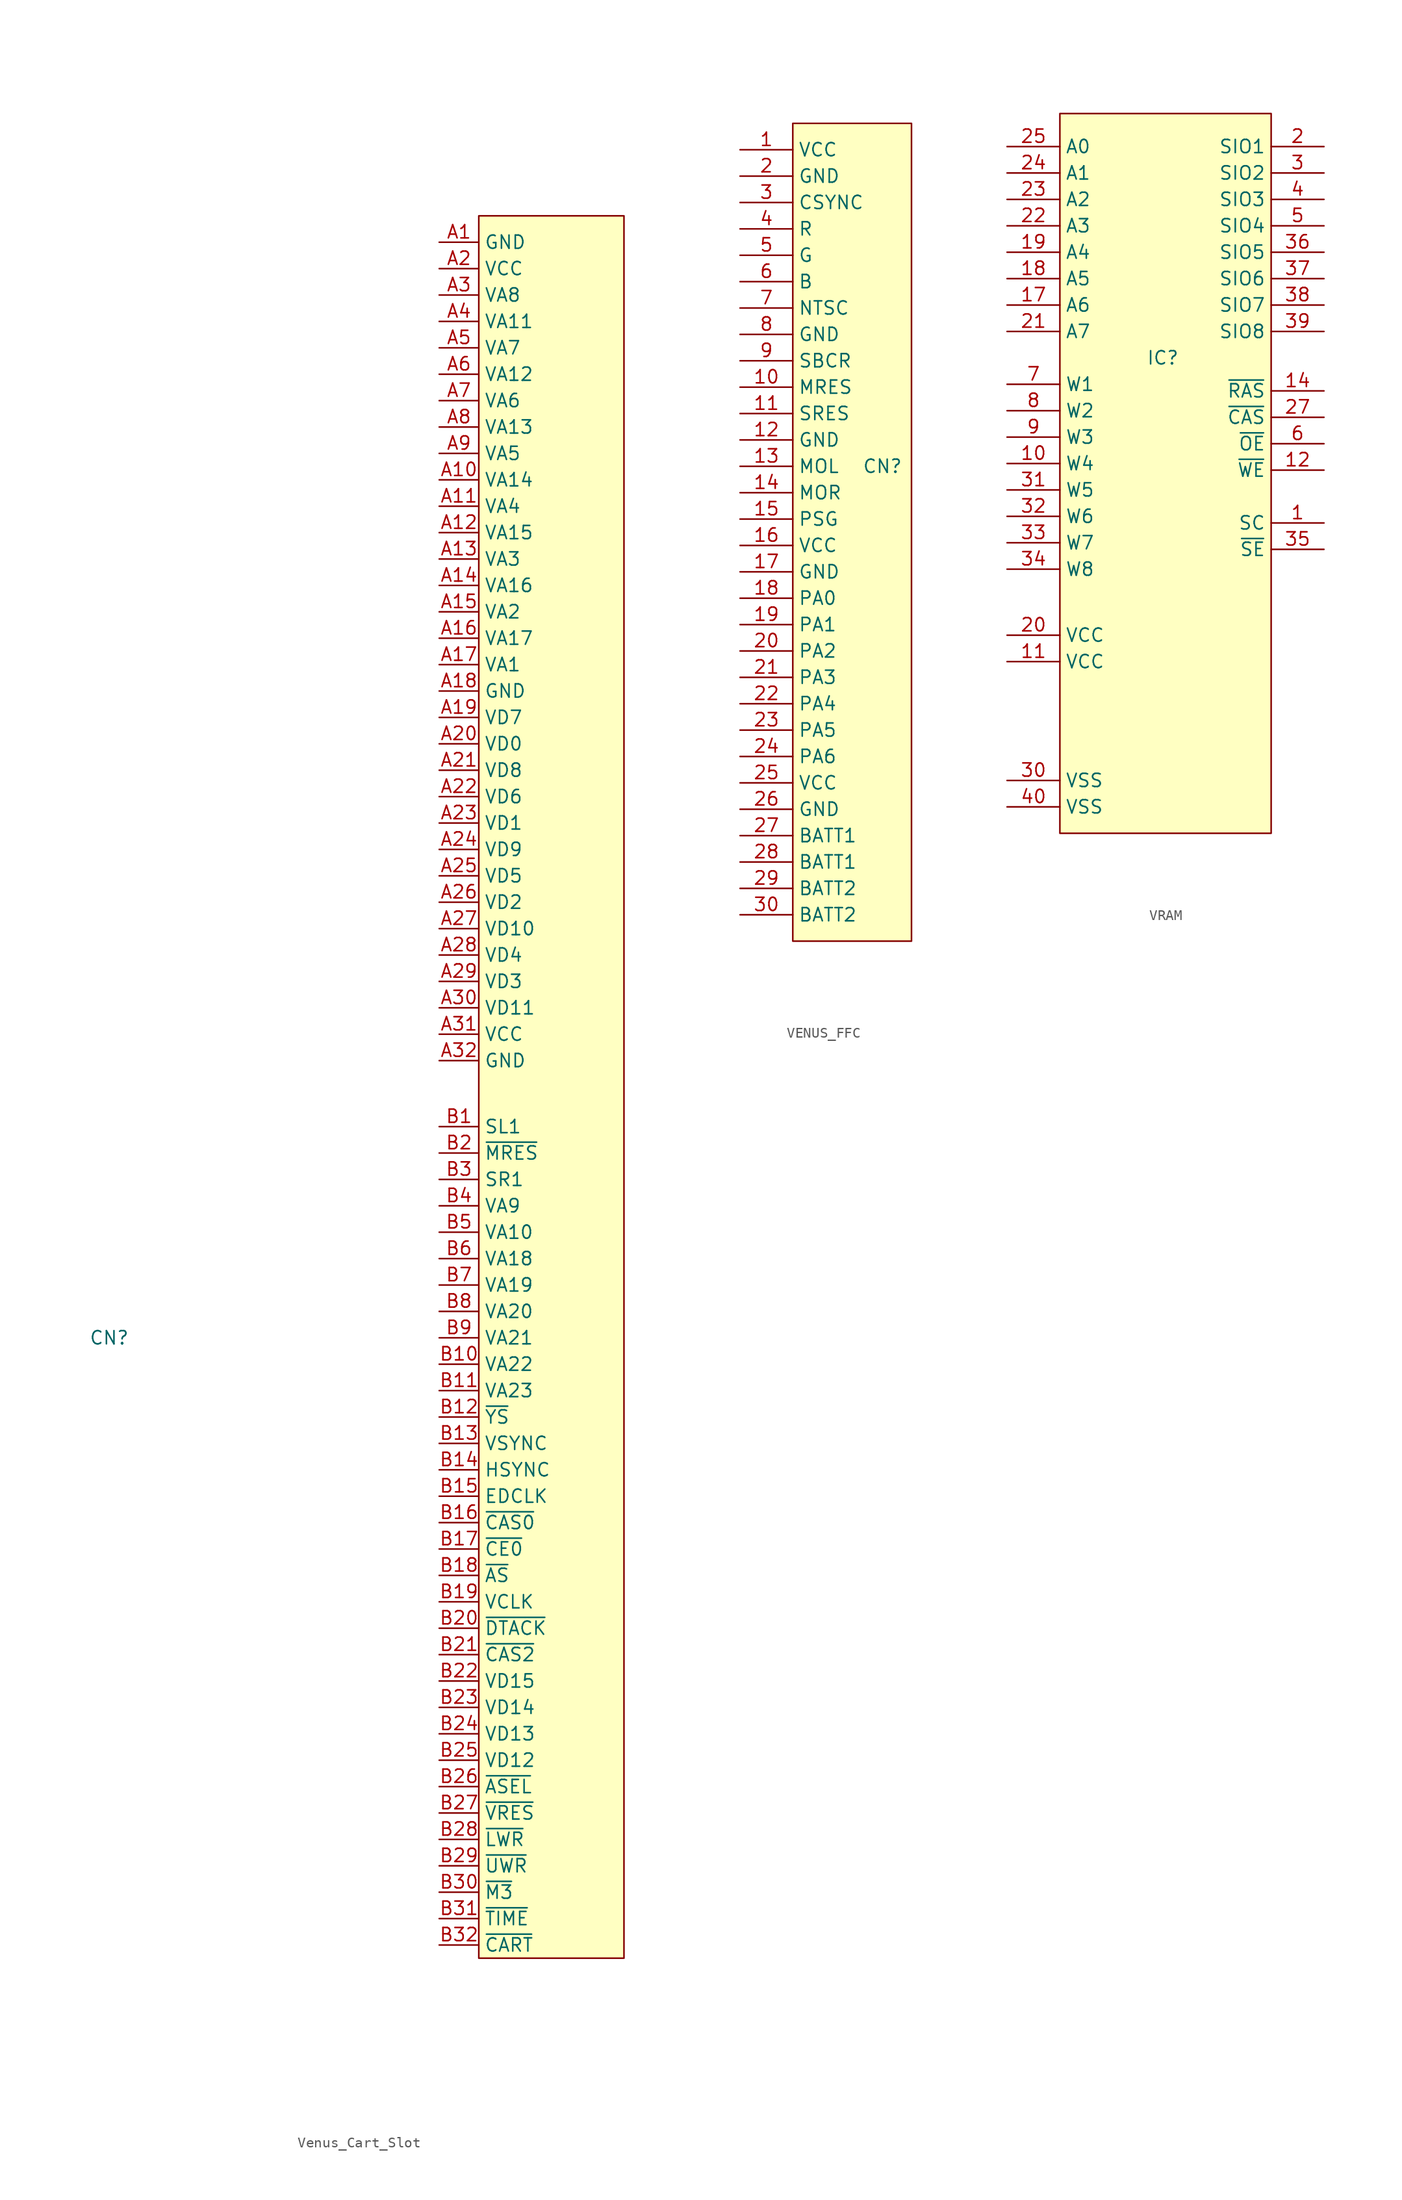
<source format=kicad_sym>
(kicad_symbol_lib
  (version 20241209)
  (generator "kicad_symbol_editor")
  (generator_version "9.0")
  (symbol "Venus_Cart_Slot"
    (property "Reference" "CN"
      (at 0 0 0)
      (effects (font (size 1.27 1.27))))
    (property "Value" ""
      (at 0 0 0)
      (effects (font (size 1.27 1.27))))
    (symbol "Venus_Cart_Slot_1_1"
      (rectangle (start 35.56 107.95) (end 49.53 -59.69) (stroke (width 0) (type solid)) (fill (type background)))
      (pin input line (at 31.75 105.41 0) (length 3.81) (name "GND" (effects (font (size 1.27 1.27)))) (number "A1" (effects (font (size 1.27 1.27)))))
      (pin input line (at 31.75 102.87 0) (length 3.81) (name "VCC" (effects (font (size 1.27 1.27)))) (number "A2" (effects (font (size 1.27 1.27)))))
      (pin input line (at 31.75 100.33 0) (length 3.81) (name "VA8" (effects (font (size 1.27 1.27)))) (number "A3" (effects (font (size 1.27 1.27)))))
      (pin input line (at 31.75 97.79 0) (length 3.81) (name "VA11" (effects (font (size 1.27 1.27)))) (number "A4" (effects (font (size 1.27 1.27)))))
      (pin input line (at 31.75 95.25 0) (length 3.81) (name "VA7" (effects (font (size 1.27 1.27)))) (number "A5" (effects (font (size 1.27 1.27)))))
      (pin input line (at 31.75 92.71 0) (length 3.81) (name "VA12" (effects (font (size 1.27 1.27)))) (number "A6" (effects (font (size 1.27 1.27)))))
      (pin input line (at 31.75 90.17 0) (length 3.81) (name "VA6" (effects (font (size 1.27 1.27)))) (number "A7" (effects (font (size 1.27 1.27)))))
      (pin input line (at 31.75 87.63 0) (length 3.81) (name "VA13" (effects (font (size 1.27 1.27)))) (number "A8" (effects (font (size 1.27 1.27)))))
      (pin input line (at 31.75 85.09 0) (length 3.81) (name "VA5" (effects (font (size 1.27 1.27)))) (number "A9" (effects (font (size 1.27 1.27)))))
      (pin input line (at 31.75 82.55 0) (length 3.81) (name "VA14" (effects (font (size 1.27 1.27)))) (number "A10" (effects (font (size 1.27 1.27)))))
      (pin input line (at 31.75 80.01 0) (length 3.81) (name "VA4" (effects (font (size 1.27 1.27)))) (number "A11" (effects (font (size 1.27 1.27)))))
      (pin input line (at 31.75 77.47 0) (length 3.81) (name "VA15" (effects (font (size 1.27 1.27)))) (number "A12" (effects (font (size 1.27 1.27)))))
      (pin input line (at 31.75 74.93 0) (length 3.81) (name "VA3" (effects (font (size 1.27 1.27)))) (number "A13" (effects (font (size 1.27 1.27)))))
      (pin input line (at 31.75 72.39 0) (length 3.81) (name "VA16" (effects (font (size 1.27 1.27)))) (number "A14" (effects (font (size 1.27 1.27)))))
      (pin input line (at 31.75 69.85 0) (length 3.81) (name "VA2" (effects (font (size 1.27 1.27)))) (number "A15" (effects (font (size 1.27 1.27)))))
      (pin input line (at 31.75 67.31 0) (length 3.81) (name "VA17" (effects (font (size 1.27 1.27)))) (number "A16" (effects (font (size 1.27 1.27)))))
      (pin input line (at 31.75 64.77 0) (length 3.81) (name "VA1" (effects (font (size 1.27 1.27)))) (number "A17" (effects (font (size 1.27 1.27)))))
      (pin input line (at 31.75 62.23 0) (length 3.81) (name "GND" (effects (font (size 1.27 1.27)))) (number "A18" (effects (font (size 1.27 1.27)))))
      (pin input line (at 31.75 59.69 0) (length 3.81) (name "VD7" (effects (font (size 1.27 1.27)))) (number "A19" (effects (font (size 1.27 1.27)))))
      (pin input line (at 31.75 57.15 0) (length 3.81) (name "VD0" (effects (font (size 1.27 1.27)))) (number "A20" (effects (font (size 1.27 1.27)))))
      (pin input line (at 31.75 54.61 0) (length 3.81) (name "VD8" (effects (font (size 1.27 1.27)))) (number "A21" (effects (font (size 1.27 1.27)))))
      (pin input line (at 31.75 52.07 0) (length 3.81) (name "VD6" (effects (font (size 1.27 1.27)))) (number "A22" (effects (font (size 1.27 1.27)))))
      (pin input line (at 31.75 49.53 0) (length 3.81) (name "VD1" (effects (font (size 1.27 1.27)))) (number "A23" (effects (font (size 1.27 1.27)))))
      (pin input line (at 31.75 46.99 0) (length 3.81) (name "VD9" (effects (font (size 1.27 1.27)))) (number "A24" (effects (font (size 1.27 1.27)))))
      (pin input line (at 31.75 44.45 0) (length 3.81) (name "VD5" (effects (font (size 1.27 1.27)))) (number "A25" (effects (font (size 1.27 1.27)))))
      (pin input line (at 31.75 41.91 0) (length 3.81) (name "VD2" (effects (font (size 1.27 1.27)))) (number "A26" (effects (font (size 1.27 1.27)))))
      (pin input line (at 31.75 39.37 0) (length 3.81) (name "VD10" (effects (font (size 1.27 1.27)))) (number "A27" (effects (font (size 1.27 1.27)))))
      (pin input line (at 31.75 36.83 0) (length 3.81) (name "VD4" (effects (font (size 1.27 1.27)))) (number "A28" (effects (font (size 1.27 1.27)))))
      (pin input line (at 31.75 34.29 0) (length 3.81) (name "VD3" (effects (font (size 1.27 1.27)))) (number "A29" (effects (font (size 1.27 1.27)))))
      (pin input line (at 31.75 31.75 0) (length 3.81) (name "VD11" (effects (font (size 1.27 1.27)))) (number "A30" (effects (font (size 1.27 1.27)))))
      (pin input line (at 31.75 29.21 0) (length 3.81) (name "VCC" (effects (font (size 1.27 1.27)))) (number "A31" (effects (font (size 1.27 1.27)))))
      (pin input line (at 31.75 26.67 0) (length 3.81) (name "GND" (effects (font (size 1.27 1.27)))) (number "A32" (effects (font (size 1.27 1.27)))))
      (pin input line (at 31.75 20.32 0) (length 3.81) (name "SL1" (effects (font (size 1.27 1.27)))) (number "B1" (effects (font (size 1.27 1.27)))))
      (pin input line (at 31.75 17.78 0) (length 3.81) (name "~{MRES}" (effects (font (size 1.27 1.27)))) (number "B2" (effects (font (size 1.27 1.27)))))
      (pin input line (at 31.75 15.24 0) (length 3.81) (name "SR1" (effects (font (size 1.27 1.27)))) (number "B3" (effects (font (size 1.27 1.27)))))
      (pin input line (at 31.75 12.7 0) (length 3.81) (name "VA9" (effects (font (size 1.27 1.27)))) (number "B4" (effects (font (size 1.27 1.27)))))
      (pin input line (at 31.75 10.16 0) (length 3.81) (name "VA10" (effects (font (size 1.27 1.27)))) (number "B5" (effects (font (size 1.27 1.27)))))
      (pin input line (at 31.75 7.62 0) (length 3.81) (name "VA18" (effects (font (size 1.27 1.27)))) (number "B6" (effects (font (size 1.27 1.27)))))
      (pin input line (at 31.75 5.08 0) (length 3.81) (name "VA19" (effects (font (size 1.27 1.27)))) (number "B7" (effects (font (size 1.27 1.27)))))
      (pin input line (at 31.75 2.54 0) (length 3.81) (name "VA20" (effects (font (size 1.27 1.27)))) (number "B8" (effects (font (size 1.27 1.27)))))
      (pin input line (at 31.75 0 0) (length 3.81) (name "VA21" (effects (font (size 1.27 1.27)))) (number "B9" (effects (font (size 1.27 1.27)))))
      (pin input line (at 31.75 -2.54 0) (length 3.81) (name "VA22" (effects (font (size 1.27 1.27)))) (number "B10" (effects (font (size 1.27 1.27)))))
      (pin input line (at 31.75 -5.08 0) (length 3.81) (name "VA23" (effects (font (size 1.27 1.27)))) (number "B11" (effects (font (size 1.27 1.27)))))
      (pin input line (at 31.75 -7.62 0) (length 3.81) (name "~{YS}" (effects (font (size 1.27 1.27)))) (number "B12" (effects (font (size 1.27 1.27)))))
      (pin input line (at 31.75 -10.16 0) (length 3.81) (name "VSYNC" (effects (font (size 1.27 1.27)))) (number "B13" (effects (font (size 1.27 1.27)))))
      (pin input line (at 31.75 -12.7 0) (length 3.81) (name "HSYNC" (effects (font (size 1.27 1.27)))) (number "B14" (effects (font (size 1.27 1.27)))))
      (pin input line (at 31.75 -15.24 0) (length 3.81) (name "EDCLK" (effects (font (size 1.27 1.27)))) (number "B15" (effects (font (size 1.27 1.27)))))
      (pin input line (at 31.75 -17.78 0) (length 3.81) (name "~{CAS0}" (effects (font (size 1.27 1.27)))) (number "B16" (effects (font (size 1.27 1.27)))))
      (pin input line (at 31.75 -20.32 0) (length 3.81) (name "~{CE0}" (effects (font (size 1.27 1.27)))) (number "B17" (effects (font (size 1.27 1.27)))))
      (pin input line (at 31.75 -22.86 0) (length 3.81) (name "~{AS}" (effects (font (size 1.27 1.27)))) (number "B18" (effects (font (size 1.27 1.27)))))
      (pin input line (at 31.75 -25.4 0) (length 3.81) (name "VCLK" (effects (font (size 1.27 1.27)))) (number "B19" (effects (font (size 1.27 1.27)))))
      (pin input line (at 31.75 -27.94 0) (length 3.81) (name "~{DTACK}" (effects (font (size 1.27 1.27)))) (number "B20" (effects (font (size 1.27 1.27)))))
      (pin input line (at 31.75 -30.48 0) (length 3.81) (name "~{CAS2}" (effects (font (size 1.27 1.27)))) (number "B21" (effects (font (size 1.27 1.27)))))
      (pin input line (at 31.75 -33.02 0) (length 3.81) (name "VD15" (effects (font (size 1.27 1.27)))) (number "B22" (effects (font (size 1.27 1.27)))))
      (pin input line (at 31.75 -35.56 0) (length 3.81) (name "VD14" (effects (font (size 1.27 1.27)))) (number "B23" (effects (font (size 1.27 1.27)))))
      (pin input line (at 31.75 -38.1 0) (length 3.81) (name "VD13" (effects (font (size 1.27 1.27)))) (number "B24" (effects (font (size 1.27 1.27)))))
      (pin input line (at 31.75 -40.64 0) (length 3.81) (name "VD12" (effects (font (size 1.27 1.27)))) (number "B25" (effects (font (size 1.27 1.27)))))
      (pin input line (at 31.75 -43.18 0) (length 3.81) (name "~{ASEL}" (effects (font (size 1.27 1.27)))) (number "B26" (effects (font (size 1.27 1.27)))))
      (pin input line (at 31.75 -45.72 0) (length 3.81) (name "~{VRES}" (effects (font (size 1.27 1.27)))) (number "B27" (effects (font (size 1.27 1.27)))))
      (pin input line (at 31.75 -48.26 0) (length 3.81) (name "~{LWR}" (effects (font (size 1.27 1.27)))) (number "B28" (effects (font (size 1.27 1.27)))))
      (pin input line (at 31.75 -50.8 0) (length 3.81) (name "~{UWR}" (effects (font (size 1.27 1.27)))) (number "B29" (effects (font (size 1.27 1.27)))))
      (pin input line (at 31.75 -53.34 0) (length 3.81) (name "~{M3}" (effects (font (size 1.27 1.27)))) (number "B30" (effects (font (size 1.27 1.27)))))
      (pin input line (at 31.75 -55.88 0) (length 3.81) (name "~{TIME}" (effects (font (size 1.27 1.27)))) (number "B31" (effects (font (size 1.27 1.27)))))
      (pin input line (at 31.75 -58.42 0) (length 3.81) (name "~{CART}" (effects (font (size 1.27 1.27)))) (number "B32" (effects (font (size 1.27 1.27)))))))
  (symbol "VENUS_FFC"
    (property "Reference" "CN"
      (at 2.286 0 0)
      (effects (font (size 1.27 1.27))))
    (property "Value" ""
      (at 0 0 0)
      (effects (font (size 1.27 1.27))))
    (symbol "VENUS_FFC_1_1"
      (rectangle (start -6.35 33.02) (end 5.08 -45.72) (stroke (width 0) (type solid)) (fill (type background)))
      (pin input line (at -11.43 30.48 0) (length 5.08) (name "VCC" (effects (font (size 1.27 1.27)))) (number "1" (effects (font (size 1.27 1.27)))))
      (pin input line (at -11.43 27.94 0) (length 5.08) (name "GND" (effects (font (size 1.27 1.27)))) (number "2" (effects (font (size 1.27 1.27)))))
      (pin input line (at -11.43 25.4 0) (length 5.08) (name "CSYNC" (effects (font (size 1.27 1.27)))) (number "3" (effects (font (size 1.27 1.27)))))
      (pin input line (at -11.43 22.86 0) (length 5.08) (name "R" (effects (font (size 1.27 1.27)))) (number "4" (effects (font (size 1.27 1.27)))))
      (pin input line (at -11.43 20.32 0) (length 5.08) (name "G" (effects (font (size 1.27 1.27)))) (number "5" (effects (font (size 1.27 1.27)))))
      (pin input line (at -11.43 17.78 0) (length 5.08) (name "B" (effects (font (size 1.27 1.27)))) (number "6" (effects (font (size 1.27 1.27)))))
      (pin input line (at -11.43 15.24 0) (length 5.08) (name "NTSC" (effects (font (size 1.27 1.27)))) (number "7" (effects (font (size 1.27 1.27)))))
      (pin input line (at -11.43 12.7 0) (length 5.08) (name "GND" (effects (font (size 1.27 1.27)))) (number "8" (effects (font (size 1.27 1.27)))))
      (pin input line (at -11.43 10.16 0) (length 5.08) (name "SBCR" (effects (font (size 1.27 1.27)))) (number "9" (effects (font (size 1.27 1.27)))))
      (pin input line (at -11.43 7.62 0) (length 5.08) (name "MRES" (effects (font (size 1.27 1.27)))) (number "10" (effects (font (size 1.27 1.27)))))
      (pin input line (at -11.43 5.08 0) (length 5.08) (name "SRES" (effects (font (size 1.27 1.27)))) (number "11" (effects (font (size 1.27 1.27)))))
      (pin input line (at -11.43 2.54 0) (length 5.08) (name "GND" (effects (font (size 1.27 1.27)))) (number "12" (effects (font (size 1.27 1.27)))))
      (pin input line (at -11.43 0 0) (length 5.08) (name "MOL" (effects (font (size 1.27 1.27)))) (number "13" (effects (font (size 1.27 1.27)))))
      (pin input line (at -11.43 -2.54 0) (length 5.08) (name "MOR" (effects (font (size 1.27 1.27)))) (number "14" (effects (font (size 1.27 1.27)))))
      (pin input line (at -11.43 -5.08 0) (length 5.08) (name "PSG" (effects (font (size 1.27 1.27)))) (number "15" (effects (font (size 1.27 1.27)))))
      (pin input line (at -11.43 -7.62 0) (length 5.08) (name "VCC" (effects (font (size 1.27 1.27)))) (number "16" (effects (font (size 1.27 1.27)))))
      (pin input line (at -11.43 -10.16 0) (length 5.08) (name "GND" (effects (font (size 1.27 1.27)))) (number "17" (effects (font (size 1.27 1.27)))))
      (pin input line (at -11.43 -12.7 0) (length 5.08) (name "PA0" (effects (font (size 1.27 1.27)))) (number "18" (effects (font (size 1.27 1.27)))))
      (pin input line (at -11.43 -15.24 0) (length 5.08) (name "PA1" (effects (font (size 1.27 1.27)))) (number "19" (effects (font (size 1.27 1.27)))))
      (pin input line (at -11.43 -17.78 0) (length 5.08) (name "PA2" (effects (font (size 1.27 1.27)))) (number "20" (effects (font (size 1.27 1.27)))))
      (pin input line (at -11.43 -20.32 0) (length 5.08) (name "PA3" (effects (font (size 1.27 1.27)))) (number "21" (effects (font (size 1.27 1.27)))))
      (pin input line (at -11.43 -22.86 0) (length 5.08) (name "PA4" (effects (font (size 1.27 1.27)))) (number "22" (effects (font (size 1.27 1.27)))))
      (pin input line (at -11.43 -25.4 0) (length 5.08) (name "PA5" (effects (font (size 1.27 1.27)))) (number "23" (effects (font (size 1.27 1.27)))))
      (pin input line (at -11.43 -27.94 0) (length 5.08) (name "PA6" (effects (font (size 1.27 1.27)))) (number "24" (effects (font (size 1.27 1.27)))))
      (pin input line (at -11.43 -30.48 0) (length 5.08) (name "VCC" (effects (font (size 1.27 1.27)))) (number "25" (effects (font (size 1.27 1.27)))))
      (pin input line (at -11.43 -33.02 0) (length 5.08) (name "GND" (effects (font (size 1.27 1.27)))) (number "26" (effects (font (size 1.27 1.27)))))
      (pin input line (at -11.43 -35.56 0) (length 5.08) (name "BATT1" (effects (font (size 1.27 1.27)))) (number "27" (effects (font (size 1.27 1.27)))))
      (pin input line (at -11.43 -38.1 0) (length 5.08) (name "BATT1" (effects (font (size 1.27 1.27)))) (number "28" (effects (font (size 1.27 1.27)))))
      (pin input line (at -11.43 -40.64 0) (length 5.08) (name "BATT2" (effects (font (size 1.27 1.27)))) (number "29" (effects (font (size 1.27 1.27)))))
      (pin input line (at -11.43 -43.18 0) (length 5.08) (name "BATT2" (effects (font (size 1.27 1.27)))) (number "30" (effects (font (size 1.27 1.27)))))))
  (symbol "VRAM"
    (property "Reference" "IC"
      (at -0.254 0 0)
      (effects (font (size 1.27 1.27))))
    (property "Value" ""
      (at 0 0 0)
      (effects (font (size 1.27 1.27))))
    (symbol "VRAM_1_1"
      (rectangle (start -10.16 23.495) (end 10.16 -45.72) (stroke (width 0) (type default)) (fill (type background)))
      (pin input line (at -15.24 20.32 0) (length 5.08) (name "A0" (effects (font (size 1.27 1.27)))) (number "25" (effects (font (size 1.27 1.27)))))
      (pin input line (at -15.24 17.78 0) (length 5.08) (name "A1" (effects (font (size 1.27 1.27)))) (number "24" (effects (font (size 1.27 1.27)))))
      (pin input line (at -15.24 15.24 0) (length 5.08) (name "A2" (effects (font (size 1.27 1.27)))) (number "23" (effects (font (size 1.27 1.27)))))
      (pin input line (at -15.24 12.7 0) (length 5.08) (name "A3" (effects (font (size 1.27 1.27)))) (number "22" (effects (font (size 1.27 1.27)))))
      (pin input line (at -15.24 10.16 0) (length 5.08) (name "A4" (effects (font (size 1.27 1.27)))) (number "19" (effects (font (size 1.27 1.27)))))
      (pin input line (at -15.24 7.62 0) (length 5.08) (name "A5" (effects (font (size 1.27 1.27)))) (number "18" (effects (font (size 1.27 1.27)))))
      (pin input line (at -15.24 5.08 0) (length 5.08) (name "A6" (effects (font (size 1.27 1.27)))) (number "17" (effects (font (size 1.27 1.27)))))
      (pin input line (at -15.24 2.54 0) (length 5.08) (name "A7" (effects (font (size 1.27 1.27)))) (number "21" (effects (font (size 1.27 1.27)))))
      (pin input line (at -15.24 -2.54 0) (length 5.08) (name "W1" (effects (font (size 1.27 1.27)))) (number "7" (effects (font (size 1.27 1.27)))))
      (pin input line (at -15.24 -5.08 0) (length 5.08) (name "W2" (effects (font (size 1.27 1.27)))) (number "8" (effects (font (size 1.27 1.27)))))
      (pin input line (at -15.24 -7.62 0) (length 5.08) (name "W3" (effects (font (size 1.27 1.27)))) (number "9" (effects (font (size 1.27 1.27)))))
      (pin input line (at -15.24 -10.16 0) (length 5.08) (name "W4" (effects (font (size 1.27 1.27)))) (number "10" (effects (font (size 1.27 1.27)))))
      (pin input line (at -15.24 -12.7 0) (length 5.08) (name "W5" (effects (font (size 1.27 1.27)))) (number "31" (effects (font (size 1.27 1.27)))))
      (pin input line (at -15.24 -15.24 0) (length 5.08) (name "W6" (effects (font (size 1.27 1.27)))) (number "32" (effects (font (size 1.27 1.27)))))
      (pin input line (at -15.24 -17.78 0) (length 5.08) (name "W7" (effects (font (size 1.27 1.27)))) (number "33" (effects (font (size 1.27 1.27)))))
      (pin input line (at -15.24 -20.32 0) (length 5.08) (name "W8" (effects (font (size 1.27 1.27)))) (number "34" (effects (font (size 1.27 1.27)))))
      (pin input line (at -15.24 -26.67 0) (length 5.08) (name "VCC" (effects (font (size 1.27 1.27)))) (number "20" (effects (font (size 1.27 1.27)))))
      (pin input line (at -15.24 -29.21 0) (length 5.08) (name "VCC" (effects (font (size 1.27 1.27)))) (number "11" (effects (font (size 1.27 1.27)))))
      (pin input line (at -15.24 -40.64 0) (length 5.08) (name "VSS" (effects (font (size 1.27 1.27)))) (number "30" (effects (font (size 1.27 1.27)))))
      (pin input line (at -15.24 -43.18 0) (length 5.08) (name "VSS" (effects (font (size 1.27 1.27)))) (number "40" (effects (font (size 1.27 1.27)))))
      (pin input line (at 15.24 20.32 180) (length 5.08) (name "SIO1" (effects (font (size 1.27 1.27)))) (number "2" (effects (font (size 1.27 1.27)))))
      (pin input line (at 15.24 17.78 180) (length 5.08) (name "SIO2" (effects (font (size 1.27 1.27)))) (number "3" (effects (font (size 1.27 1.27)))))
      (pin input line (at 15.24 15.24 180) (length 5.08) (name "SIO3" (effects (font (size 1.27 1.27)))) (number "4" (effects (font (size 1.27 1.27)))))
      (pin input line (at 15.24 12.7 180) (length 5.08) (name "SIO4" (effects (font (size 1.27 1.27)))) (number "5" (effects (font (size 1.27 1.27)))))
      (pin input line (at 15.24 10.16 180) (length 5.08) (name "SIO5" (effects (font (size 1.27 1.27)))) (number "36" (effects (font (size 1.27 1.27)))))
      (pin input line (at 15.24 7.62 180) (length 5.08) (name "SIO6" (effects (font (size 1.27 1.27)))) (number "37" (effects (font (size 1.27 1.27)))))
      (pin input line (at 15.24 5.08 180) (length 5.08) (name "SIO7" (effects (font (size 1.27 1.27)))) (number "38" (effects (font (size 1.27 1.27)))))
      (pin input line (at 15.24 2.54 180) (length 5.08) (name "SIO8" (effects (font (size 1.27 1.27)))) (number "39" (effects (font (size 1.27 1.27)))))
      (pin input line (at 15.24 -3.175 180) (length 5.08) (name "~{RAS}" (effects (font (size 1.27 1.27)))) (number "14" (effects (font (size 1.27 1.27)))))
      (pin input line (at 15.24 -5.715 180) (length 5.08) (name "~{CAS}" (effects (font (size 1.27 1.27)))) (number "27" (effects (font (size 1.27 1.27)))))
      (pin input line (at 15.24 -8.255 180) (length 5.08) (name "~{OE}" (effects (font (size 1.27 1.27)))) (number "6" (effects (font (size 1.27 1.27)))))
      (pin input line (at 15.24 -10.795 180) (length 5.08) (name "~{WE}" (effects (font (size 1.27 1.27)))) (number "12" (effects (font (size 1.27 1.27)))))
      (pin input line (at 15.24 -15.875 180) (length 5.08) (name "SC" (effects (font (size 1.27 1.27)))) (number "1" (effects (font (size 1.27 1.27)))))
      (pin input line (at 15.24 -18.415 180) (length 5.08) (name "~{SE}" (effects (font (size 1.27 1.27)))) (number "35" (effects (font (size 1.27 1.27)))))
      (pin no_connect line (at 15.24 -25.4 180) (length 5.08) (hide yes) (name "NC" (effects (font (size 1.27 1.27)))) (number "13" (effects (font (size 1.27 1.27)))))
      (pin no_connect line (at 15.24 -27.94 180) (length 5.08) (hide yes) (name "NC" (effects (font (size 1.27 1.27)))) (number "15" (effects (font (size 1.27 1.27)))))
      (pin no_connect line (at 15.24 -30.48 180) (length 5.08) (hide yes) (name "NC" (effects (font (size 1.27 1.27)))) (number "16" (effects (font (size 1.27 1.27)))))
      (pin no_connect line (at 15.24 -38.1 180) (length 5.08) (hide yes) (name "NC" (effects (font (size 1.27 1.27)))) (number "26" (effects (font (size 1.27 1.27)))))
      (pin no_connect line (at 15.24 -40.64 180) (length 5.08) (hide yes) (name "NC" (effects (font (size 1.27 1.27)))) (number "28" (effects (font (size 1.27 1.27)))))
      (pin no_connect line (at 15.24 -43.18 180) (length 5.08) (hide yes) (name "NC" (effects (font (size 1.27 1.27)))) (number "29" (effects (font (size 1.27 1.27))))))))
</source>
